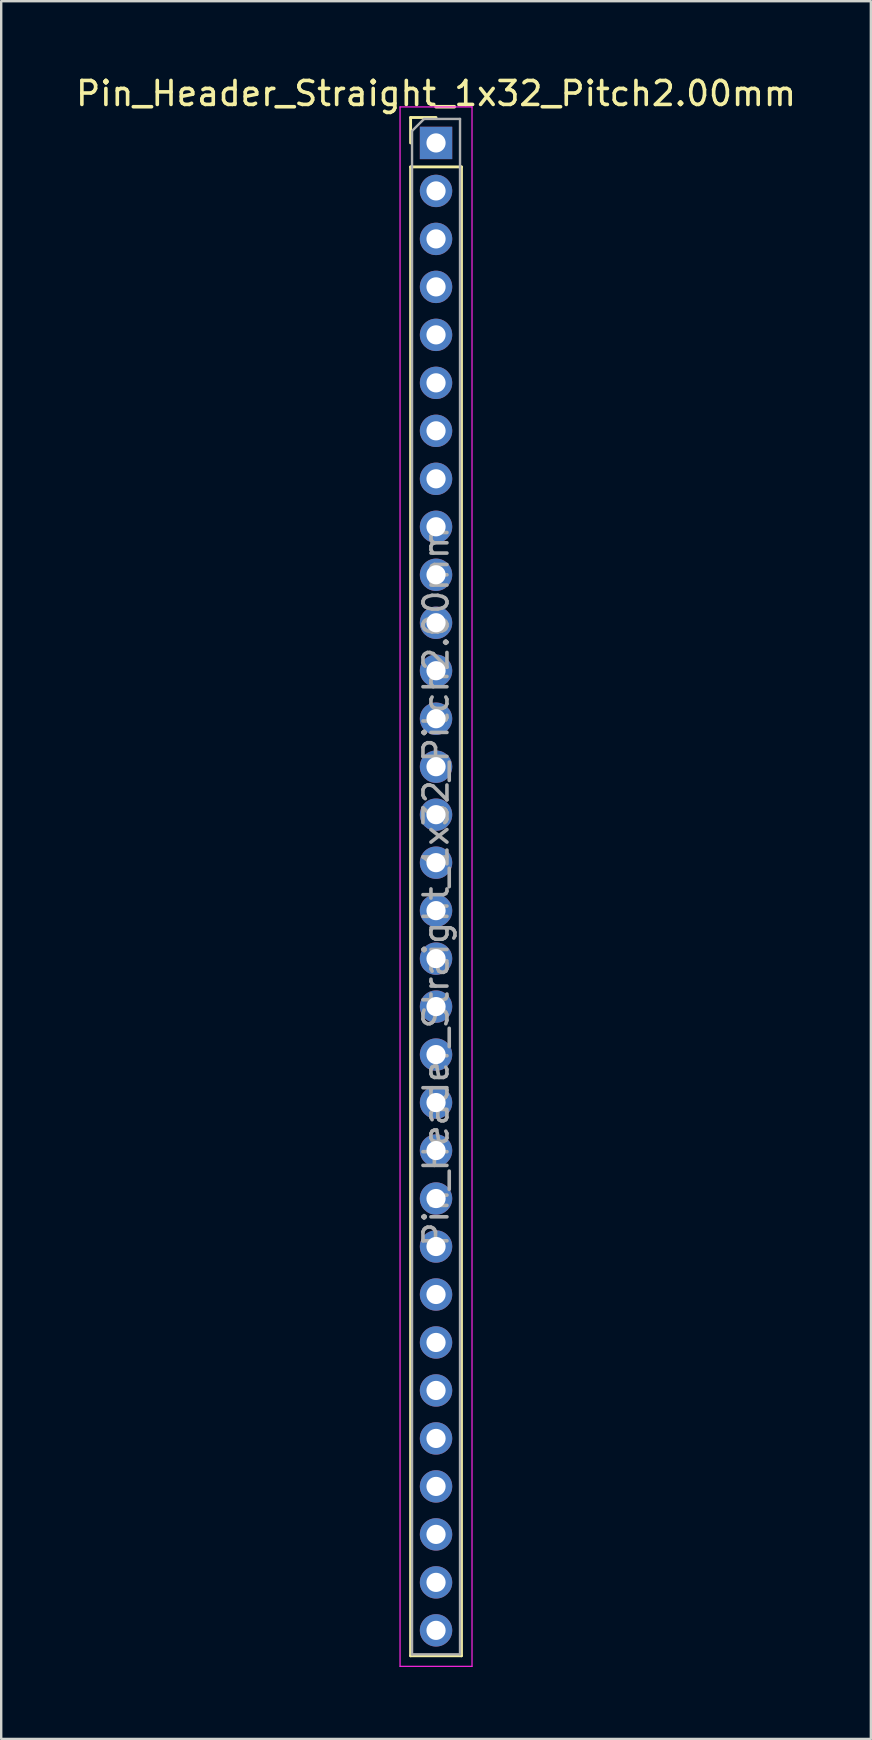
<source format=kicad_pcb>
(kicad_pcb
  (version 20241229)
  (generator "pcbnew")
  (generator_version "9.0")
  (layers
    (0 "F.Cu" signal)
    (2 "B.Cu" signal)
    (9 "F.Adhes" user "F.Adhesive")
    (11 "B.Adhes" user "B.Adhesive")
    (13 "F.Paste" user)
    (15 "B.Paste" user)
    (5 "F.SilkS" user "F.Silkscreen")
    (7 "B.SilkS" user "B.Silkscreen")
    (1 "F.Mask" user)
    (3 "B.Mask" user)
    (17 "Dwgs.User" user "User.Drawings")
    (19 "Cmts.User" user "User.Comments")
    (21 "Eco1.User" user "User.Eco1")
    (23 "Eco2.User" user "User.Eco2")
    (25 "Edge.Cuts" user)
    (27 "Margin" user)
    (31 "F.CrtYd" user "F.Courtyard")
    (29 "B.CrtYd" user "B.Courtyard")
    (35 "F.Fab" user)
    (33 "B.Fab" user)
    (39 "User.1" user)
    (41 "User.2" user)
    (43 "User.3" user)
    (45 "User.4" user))
  (footprint "Pin_Header_Straight_1x32_Pitch2.00mm"
    (layer "F.Cu")
    (at 15.125 2.908)
    (property "Reference" "Pin_Header_Straight_1x32_Pitch2.00mm" (at 0 -2.06 0) (layer "F.SilkS") (effects (font (size 1 1) (thickness 0.15))))
    (attr through_hole)
    (fp_line (start -1.06 -1.06) (end 0 -1.06) (stroke (width 0.12) (type solid)) (layer "F.SilkS"))
    (fp_line (start -1.06 0) (end -1.06 -1.06) (stroke (width 0.12) (type solid)) (layer "F.SilkS"))
    (fp_line (start -1.06 1) (end -1.06 63.06) (stroke (width 0.12) (type solid)) (layer "F.SilkS"))
    (fp_line (start -1.06 1) (end 1.06 1) (stroke (width 0.12) (type solid)) (layer "F.SilkS"))
    (fp_line (start -1.06 63.06) (end 1.06 63.06) (stroke (width 0.12) (type solid)) (layer "F.SilkS"))
    (fp_line (start 1.06 1) (end 1.06 63.06) (stroke (width 0.12) (type solid)) (layer "F.SilkS"))
    (fp_line (start -1.5 -1.5) (end -1.5 63.5) (stroke (width 0.05) (type solid)) (layer "F.CrtYd"))
    (fp_line (start -1.5 63.5) (end 1.5 63.5) (stroke (width 0.05) (type solid)) (layer "F.CrtYd"))
    (fp_line (start 1.5 -1.5) (end -1.5 -1.5) (stroke (width 0.05) (type solid)) (layer "F.CrtYd"))
    (fp_line (start 1.5 63.5) (end 1.5 -1.5) (stroke (width 0.05) (type solid)) (layer "F.CrtYd"))
    (fp_line (start -1 -0.5) (end -0.5 -1) (stroke (width 0.1) (type solid)) (layer "F.Fab"))
    (fp_line (start -1 63) (end -1 -0.5) (stroke (width 0.1) (type solid)) (layer "F.Fab"))
    (fp_line (start -0.5 -1) (end 1 -1) (stroke (width 0.1) (type solid)) (layer "F.Fab"))
    (fp_line (start 1 -1) (end 1 63) (stroke (width 0.1) (type solid)) (layer "F.Fab"))
    (fp_line (start 1 63) (end -1 63) (stroke (width 0.1) (type solid)) (layer "F.Fab"))
    (fp_text user "${REFERENCE}" (at 0 31 90) (layer "F.Fab") (effects (font (size 1 1) (thickness 0.15))))
    (pad "1" thru_hole rect (at 0 0) (size 1.35 1.35) (drill 0.8) (layers "*.Cu" "*.Mask"))
    (pad "2" thru_hole oval (at 0 2) (size 1.35 1.35) (drill 0.8) (layers "*.Cu" "*.Mask"))
    (pad "3" thru_hole oval (at 0 4) (size 1.35 1.35) (drill 0.8) (layers "*.Cu" "*.Mask"))
    (pad "4" thru_hole oval (at 0 6) (size 1.35 1.35) (drill 0.8) (layers "*.Cu" "*.Mask"))
    (pad "5" thru_hole oval (at 0 8) (size 1.35 1.35) (drill 0.8) (layers "*.Cu" "*.Mask"))
    (pad "6" thru_hole oval (at 0 10) (size 1.35 1.35) (drill 0.8) (layers "*.Cu" "*.Mask"))
    (pad "7" thru_hole oval (at 0 12) (size 1.35 1.35) (drill 0.8) (layers "*.Cu" "*.Mask"))
    (pad "8" thru_hole oval (at 0 14) (size 1.35 1.35) (drill 0.8) (layers "*.Cu" "*.Mask"))
    (pad "9" thru_hole oval (at 0 16) (size 1.35 1.35) (drill 0.8) (layers "*.Cu" "*.Mask"))
    (pad "10" thru_hole oval (at 0 18) (size 1.35 1.35) (drill 0.8) (layers "*.Cu" "*.Mask"))
    (pad "11" thru_hole oval (at 0 20) (size 1.35 1.35) (drill 0.8) (layers "*.Cu" "*.Mask"))
    (pad "12" thru_hole oval (at 0 22) (size 1.35 1.35) (drill 0.8) (layers "*.Cu" "*.Mask"))
    (pad "13" thru_hole oval (at 0 24) (size 1.35 1.35) (drill 0.8) (layers "*.Cu" "*.Mask"))
    (pad "14" thru_hole oval (at 0 26) (size 1.35 1.35) (drill 0.8) (layers "*.Cu" "*.Mask"))
    (pad "15" thru_hole oval (at 0 28) (size 1.35 1.35) (drill 0.8) (layers "*.Cu" "*.Mask"))
    (pad "16" thru_hole oval (at 0 30) (size 1.35 1.35) (drill 0.8) (layers "*.Cu" "*.Mask"))
    (pad "17" thru_hole oval (at 0 32) (size 1.35 1.35) (drill 0.8) (layers "*.Cu" "*.Mask"))
    (pad "18" thru_hole oval (at 0 34) (size 1.35 1.35) (drill 0.8) (layers "*.Cu" "*.Mask"))
    (pad "19" thru_hole oval (at 0 36) (size 1.35 1.35) (drill 0.8) (layers "*.Cu" "*.Mask"))
    (pad "20" thru_hole oval (at 0 38) (size 1.35 1.35) (drill 0.8) (layers "*.Cu" "*.Mask"))
    (pad "21" thru_hole oval (at 0 40) (size 1.35 1.35) (drill 0.8) (layers "*.Cu" "*.Mask"))
    (pad "22" thru_hole oval (at 0 42) (size 1.35 1.35) (drill 0.8) (layers "*.Cu" "*.Mask"))
    (pad "23" thru_hole oval (at 0 44) (size 1.35 1.35) (drill 0.8) (layers "*.Cu" "*.Mask"))
    (pad "24" thru_hole oval (at 0 46) (size 1.35 1.35) (drill 0.8) (layers "*.Cu" "*.Mask"))
    (pad "25" thru_hole oval (at 0 48) (size 1.35 1.35) (drill 0.8) (layers "*.Cu" "*.Mask"))
    (pad "26" thru_hole oval (at 0 50) (size 1.35 1.35) (drill 0.8) (layers "*.Cu" "*.Mask"))
    (pad "27" thru_hole oval (at 0 52) (size 1.35 1.35) (drill 0.8) (layers "*.Cu" "*.Mask"))
    (pad "28" thru_hole oval (at 0 54) (size 1.35 1.35) (drill 0.8) (layers "*.Cu" "*.Mask"))
    (pad "29" thru_hole oval (at 0 56) (size 1.35 1.35) (drill 0.8) (layers "*.Cu" "*.Mask"))
    (pad "30" thru_hole oval (at 0 58) (size 1.35 1.35) (drill 0.8) (layers "*.Cu" "*.Mask"))
    (pad "31" thru_hole oval (at 0 60) (size 1.35 1.35) (drill 0.8) (layers "*.Cu" "*.Mask"))
    (pad "32" thru_hole oval (at 0 62) (size 1.35 1.35) (drill 0.8) (layers "*.Cu" "*.Mask")))
  (gr_rect
    (start -3 -3)
    (end 33.25 69.433)
    (stroke (width 0.1) (type default))
    (fill no)
    (layer "Edge.Cuts")))
</source>
